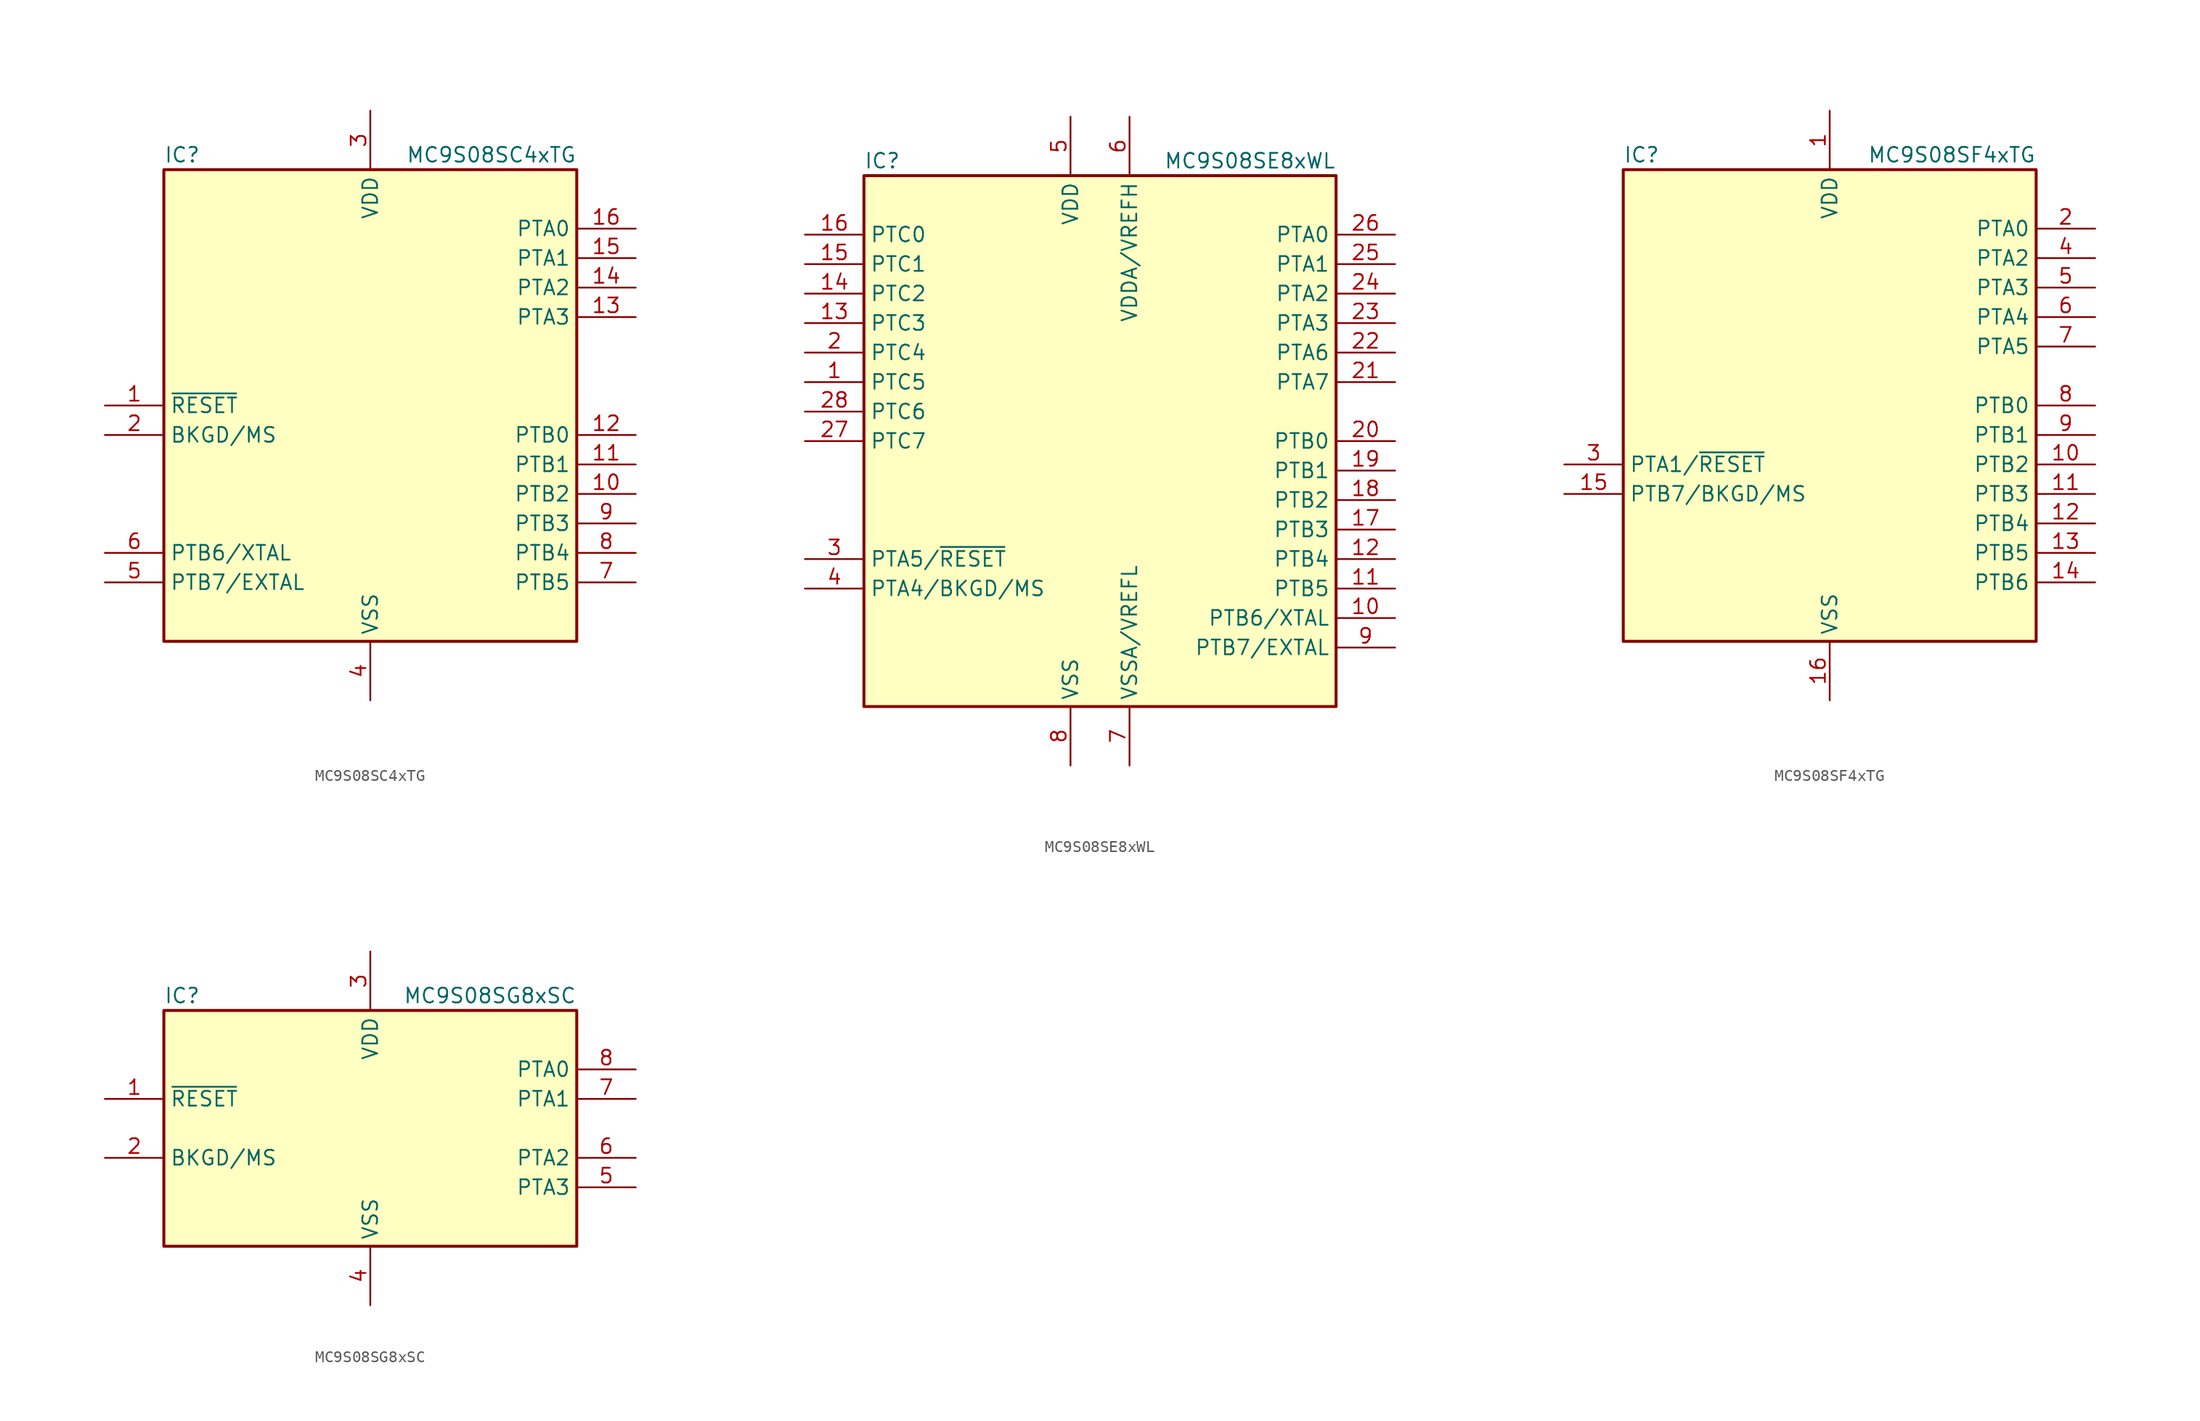
<source format=kicad_sym>
(kicad_symbol_lib
  (version 20231120)
  (generator "kicad_symbol_editor")
  (generator_version "8.0")
  (symbol "MC9S08SC4xTG"
    (property "Reference" "IC"
      (at -17.78 21.59 0)
      (effects (font (size 1.27 1.27)) (justify left)))
    (property "Value" "MC9S08SC4xTG"
      (at 17.78 21.59 0)
      (effects (font (size 1.27 1.27)) (justify right)))
    (symbol "MC9S08SC4xTG_0_1"
      (rectangle (start -17.78 20.32) (end 17.78 -20.32) (stroke (width 0.254) (type default)) (fill (type background))))
    (symbol "MC9S08SC4xTG_1_1"
      (pin input line (at -22.86 0 0) (length 5.08) (name "~{RESET}" (effects (font (size 1.27 1.27)))) (number "1" (effects (font (size 1.27 1.27)))))
      (pin bidirectional line (at 22.86 -7.62 180) (length 5.08) (name "PTB2" (effects (font (size 1.27 1.27)))) (number "10" (effects (font (size 1.27 1.27)))))
      (pin bidirectional line (at 22.86 -5.08 180) (length 5.08) (name "PTB1" (effects (font (size 1.27 1.27)))) (number "11" (effects (font (size 1.27 1.27)))))
      (pin bidirectional line (at 22.86 -2.54 180) (length 5.08) (name "PTB0" (effects (font (size 1.27 1.27)))) (number "12" (effects (font (size 1.27 1.27)))))
      (pin bidirectional line (at 22.86 7.62 180) (length 5.08) (name "PTA3" (effects (font (size 1.27 1.27)))) (number "13" (effects (font (size 1.27 1.27)))))
      (pin bidirectional line (at 22.86 10.16 180) (length 5.08) (name "PTA2" (effects (font (size 1.27 1.27)))) (number "14" (effects (font (size 1.27 1.27)))))
      (pin bidirectional line (at 22.86 12.7 180) (length 5.08) (name "PTA1" (effects (font (size 1.27 1.27)))) (number "15" (effects (font (size 1.27 1.27)))))
      (pin bidirectional line (at 22.86 15.24 180) (length 5.08) (name "PTA0" (effects (font (size 1.27 1.27)))) (number "16" (effects (font (size 1.27 1.27)))))
      (pin bidirectional line (at -22.86 -2.54 0) (length 5.08) (name "BKGD/MS" (effects (font (size 1.27 1.27)))) (number "2" (effects (font (size 1.27 1.27)))))
      (pin power_in line (at 0 25.4 270) (length 5.08) (name "VDD" (effects (font (size 1.27 1.27)))) (number "3" (effects (font (size 1.27 1.27)))))
      (pin power_in line (at 0 -25.4 90) (length 5.08) (name "VSS" (effects (font (size 1.27 1.27)))) (number "4" (effects (font (size 1.27 1.27)))))
      (pin bidirectional line (at -22.86 -15.24 0) (length 5.08) (name "PTB7/EXTAL" (effects (font (size 1.27 1.27)))) (number "5" (effects (font (size 1.27 1.27)))))
      (pin bidirectional line (at -22.86 -12.7 0) (length 5.08) (name "PTB6/XTAL" (effects (font (size 1.27 1.27)))) (number "6" (effects (font (size 1.27 1.27)))))
      (pin bidirectional line (at 22.86 -15.24 180) (length 5.08) (name "PTB5" (effects (font (size 1.27 1.27)))) (number "7" (effects (font (size 1.27 1.27)))))
      (pin bidirectional line (at 22.86 -12.7 180) (length 5.08) (name "PTB4" (effects (font (size 1.27 1.27)))) (number "8" (effects (font (size 1.27 1.27)))))
      (pin bidirectional line (at 22.86 -10.16 180) (length 5.08) (name "PTB3" (effects (font (size 1.27 1.27)))) (number "9" (effects (font (size 1.27 1.27)))))))
  (symbol "MC9S08SE8xWL"
    (property "Reference" "IC"
      (at -20.32 24.13 0)
      (effects (font (size 1.27 1.27)) (justify left)))
    (property "Value" "MC9S08SE8xWL"
      (at 20.32 24.13 0)
      (effects (font (size 1.27 1.27)) (justify right)))
    (symbol "MC9S08SE8xWL_0_1"
      (rectangle (start -20.32 22.86) (end 20.32 -22.86) (stroke (width 0.254) (type default)) (fill (type background))))
    (symbol "MC9S08SE8xWL_1_1"
      (pin bidirectional line (at -25.4 5.08 0) (length 5.08) (name "PTC5" (effects (font (size 1.27 1.27)))) (number "1" (effects (font (size 1.27 1.27)))))
      (pin bidirectional line (at 25.4 -15.24 180) (length 5.08) (name "PTB6/XTAL" (effects (font (size 1.27 1.27)))) (number "10" (effects (font (size 1.27 1.27)))))
      (pin bidirectional line (at 25.4 -12.7 180) (length 5.08) (name "PTB5" (effects (font (size 1.27 1.27)))) (number "11" (effects (font (size 1.27 1.27)))))
      (pin bidirectional line (at 25.4 -10.16 180) (length 5.08) (name "PTB4" (effects (font (size 1.27 1.27)))) (number "12" (effects (font (size 1.27 1.27)))))
      (pin bidirectional line (at -25.4 10.16 0) (length 5.08) (name "PTC3" (effects (font (size 1.27 1.27)))) (number "13" (effects (font (size 1.27 1.27)))))
      (pin bidirectional line (at -25.4 12.7 0) (length 5.08) (name "PTC2" (effects (font (size 1.27 1.27)))) (number "14" (effects (font (size 1.27 1.27)))))
      (pin bidirectional line (at -25.4 15.24 0) (length 5.08) (name "PTC1" (effects (font (size 1.27 1.27)))) (number "15" (effects (font (size 1.27 1.27)))))
      (pin bidirectional line (at -25.4 17.78 0) (length 5.08) (name "PTC0" (effects (font (size 1.27 1.27)))) (number "16" (effects (font (size 1.27 1.27)))))
      (pin bidirectional line (at 25.4 -7.62 180) (length 5.08) (name "PTB3" (effects (font (size 1.27 1.27)))) (number "17" (effects (font (size 1.27 1.27)))))
      (pin bidirectional line (at 25.4 -5.08 180) (length 5.08) (name "PTB2" (effects (font (size 1.27 1.27)))) (number "18" (effects (font (size 1.27 1.27)))))
      (pin bidirectional line (at 25.4 -2.54 180) (length 5.08) (name "PTB1" (effects (font (size 1.27 1.27)))) (number "19" (effects (font (size 1.27 1.27)))))
      (pin bidirectional line (at -25.4 7.62 0) (length 5.08) (name "PTC4" (effects (font (size 1.27 1.27)))) (number "2" (effects (font (size 1.27 1.27)))))
      (pin bidirectional line (at 25.4 0 180) (length 5.08) (name "PTB0" (effects (font (size 1.27 1.27)))) (number "20" (effects (font (size 1.27 1.27)))))
      (pin bidirectional line (at 25.4 5.08 180) (length 5.08) (name "PTA7" (effects (font (size 1.27 1.27)))) (number "21" (effects (font (size 1.27 1.27)))))
      (pin bidirectional line (at 25.4 7.62 180) (length 5.08) (name "PTA6" (effects (font (size 1.27 1.27)))) (number "22" (effects (font (size 1.27 1.27)))))
      (pin bidirectional line (at 25.4 10.16 180) (length 5.08) (name "PTA3" (effects (font (size 1.27 1.27)))) (number "23" (effects (font (size 1.27 1.27)))))
      (pin bidirectional line (at 25.4 12.7 180) (length 5.08) (name "PTA2" (effects (font (size 1.27 1.27)))) (number "24" (effects (font (size 1.27 1.27)))))
      (pin bidirectional line (at 25.4 15.24 180) (length 5.08) (name "PTA1" (effects (font (size 1.27 1.27)))) (number "25" (effects (font (size 1.27 1.27)))))
      (pin bidirectional line (at 25.4 17.78 180) (length 5.08) (name "PTA0" (effects (font (size 1.27 1.27)))) (number "26" (effects (font (size 1.27 1.27)))))
      (pin bidirectional line (at -25.4 0 0) (length 5.08) (name "PTC7" (effects (font (size 1.27 1.27)))) (number "27" (effects (font (size 1.27 1.27)))))
      (pin bidirectional line (at -25.4 2.54 0) (length 5.08) (name "PTC6" (effects (font (size 1.27 1.27)))) (number "28" (effects (font (size 1.27 1.27)))))
      (pin bidirectional line (at -25.4 -10.16 0) (length 5.08) (name "PTA5/~{RESET}" (effects (font (size 1.27 1.27)))) (number "3" (effects (font (size 1.27 1.27)))))
      (pin bidirectional line (at -25.4 -12.7 0) (length 5.08) (name "PTA4/BKGD/MS" (effects (font (size 1.27 1.27)))) (number "4" (effects (font (size 1.27 1.27)))))
      (pin power_in line (at -2.54 27.94 270) (length 5.08) (name "VDD" (effects (font (size 1.27 1.27)))) (number "5" (effects (font (size 1.27 1.27)))))
      (pin power_in line (at 2.54 27.94 270) (length 5.08) (name "VDDA/VREFH" (effects (font (size 1.27 1.27)))) (number "6" (effects (font (size 1.27 1.27)))))
      (pin power_in line (at 2.54 -27.94 90) (length 5.08) (name "VSSA/VREFL" (effects (font (size 1.27 1.27)))) (number "7" (effects (font (size 1.27 1.27)))))
      (pin power_in line (at -2.54 -27.94 90) (length 5.08) (name "VSS" (effects (font (size 1.27 1.27)))) (number "8" (effects (font (size 1.27 1.27)))))
      (pin bidirectional line (at 25.4 -17.78 180) (length 5.08) (name "PTB7/EXTAL" (effects (font (size 1.27 1.27)))) (number "9" (effects (font (size 1.27 1.27)))))))
  (symbol "MC9S08SF4xTG"
    (property "Reference" "IC"
      (at -17.78 21.59 0)
      (effects (font (size 1.27 1.27)) (justify left)))
    (property "Value" "MC9S08SF4xTG"
      (at 17.78 21.59 0)
      (effects (font (size 1.27 1.27)) (justify right)))
    (symbol "MC9S08SF4xTG_0_1"
      (rectangle (start -17.78 20.32) (end 17.78 -20.32) (stroke (width 0.254) (type default)) (fill (type background))))
    (symbol "MC9S08SF4xTG_1_1"
      (pin power_in line (at 0 25.4 270) (length 5.08) (name "VDD" (effects (font (size 1.27 1.27)))) (number "1" (effects (font (size 1.27 1.27)))))
      (pin bidirectional line (at 22.86 -5.08 180) (length 5.08) (name "PTB2" (effects (font (size 1.27 1.27)))) (number "10" (effects (font (size 1.27 1.27)))))
      (pin bidirectional line (at 22.86 -7.62 180) (length 5.08) (name "PTB3" (effects (font (size 1.27 1.27)))) (number "11" (effects (font (size 1.27 1.27)))))
      (pin bidirectional line (at 22.86 -10.16 180) (length 5.08) (name "PTB4" (effects (font (size 1.27 1.27)))) (number "12" (effects (font (size 1.27 1.27)))))
      (pin bidirectional line (at 22.86 -12.7 180) (length 5.08) (name "PTB5" (effects (font (size 1.27 1.27)))) (number "13" (effects (font (size 1.27 1.27)))))
      (pin bidirectional line (at 22.86 -15.24 180) (length 5.08) (name "PTB6" (effects (font (size 1.27 1.27)))) (number "14" (effects (font (size 1.27 1.27)))))
      (pin bidirectional line (at -22.86 -7.62 0) (length 5.08) (name "PTB7/BKGD/MS" (effects (font (size 1.27 1.27)))) (number "15" (effects (font (size 1.27 1.27)))))
      (pin power_in line (at 0 -25.4 90) (length 5.08) (name "VSS" (effects (font (size 1.27 1.27)))) (number "16" (effects (font (size 1.27 1.27)))))
      (pin bidirectional line (at 22.86 15.24 180) (length 5.08) (name "PTA0" (effects (font (size 1.27 1.27)))) (number "2" (effects (font (size 1.27 1.27)))))
      (pin bidirectional line (at -22.86 -5.08 0) (length 5.08) (name "PTA1/~{RESET}" (effects (font (size 1.27 1.27)))) (number "3" (effects (font (size 1.27 1.27)))))
      (pin bidirectional line (at 22.86 12.7 180) (length 5.08) (name "PTA2" (effects (font (size 1.27 1.27)))) (number "4" (effects (font (size 1.27 1.27)))))
      (pin bidirectional line (at 22.86 10.16 180) (length 5.08) (name "PTA3" (effects (font (size 1.27 1.27)))) (number "5" (effects (font (size 1.27 1.27)))))
      (pin bidirectional line (at 22.86 7.62 180) (length 5.08) (name "PTA4" (effects (font (size 1.27 1.27)))) (number "6" (effects (font (size 1.27 1.27)))))
      (pin bidirectional line (at 22.86 5.08 180) (length 5.08) (name "PTA5" (effects (font (size 1.27 1.27)))) (number "7" (effects (font (size 1.27 1.27)))))
      (pin bidirectional line (at 22.86 0 180) (length 5.08) (name "PTB0" (effects (font (size 1.27 1.27)))) (number "8" (effects (font (size 1.27 1.27)))))
      (pin bidirectional line (at 22.86 -2.54 180) (length 5.08) (name "PTB1" (effects (font (size 1.27 1.27)))) (number "9" (effects (font (size 1.27 1.27)))))))
  (symbol "MC9S08SG8xSC"
    (property "Reference" "IC"
      (at -17.78 11.43 0)
      (effects (font (size 1.27 1.27)) (justify left)))
    (property "Value" "MC9S08SG8xSC"
      (at 17.78 11.43 0)
      (effects (font (size 1.27 1.27)) (justify right)))
    (symbol "MC9S08SG8xSC_0_1"
      (rectangle (start -17.78 10.16) (end 17.78 -10.16) (stroke (width 0.254) (type default)) (fill (type background))))
    (symbol "MC9S08SG8xSC_1_1"
      (pin input line (at -22.86 2.54 0) (length 5.08) (name "~{RESET}" (effects (font (size 1.27 1.27)))) (number "1" (effects (font (size 1.27 1.27)))))
      (pin bidirectional line (at -22.86 -2.54 0) (length 5.08) (name "BKGD/MS" (effects (font (size 1.27 1.27)))) (number "2" (effects (font (size 1.27 1.27)))))
      (pin power_in line (at 0 15.24 270) (length 5.08) (name "VDD" (effects (font (size 1.27 1.27)))) (number "3" (effects (font (size 1.27 1.27)))))
      (pin power_in line (at 0 -15.24 90) (length 5.08) (name "VSS" (effects (font (size 1.27 1.27)))) (number "4" (effects (font (size 1.27 1.27)))))
      (pin bidirectional line (at 22.86 -5.08 180) (length 5.08) (name "PTA3" (effects (font (size 1.27 1.27)))) (number "5" (effects (font (size 1.27 1.27)))))
      (pin bidirectional line (at 22.86 -2.54 180) (length 5.08) (name "PTA2" (effects (font (size 1.27 1.27)))) (number "6" (effects (font (size 1.27 1.27)))))
      (pin bidirectional line (at 22.86 2.54 180) (length 5.08) (name "PTA1" (effects (font (size 1.27 1.27)))) (number "7" (effects (font (size 1.27 1.27)))))
      (pin bidirectional line (at 22.86 5.08 180) (length 5.08) (name "PTA0" (effects (font (size 1.27 1.27)))) (number "8" (effects (font (size 1.27 1.27))))))))
</source>
